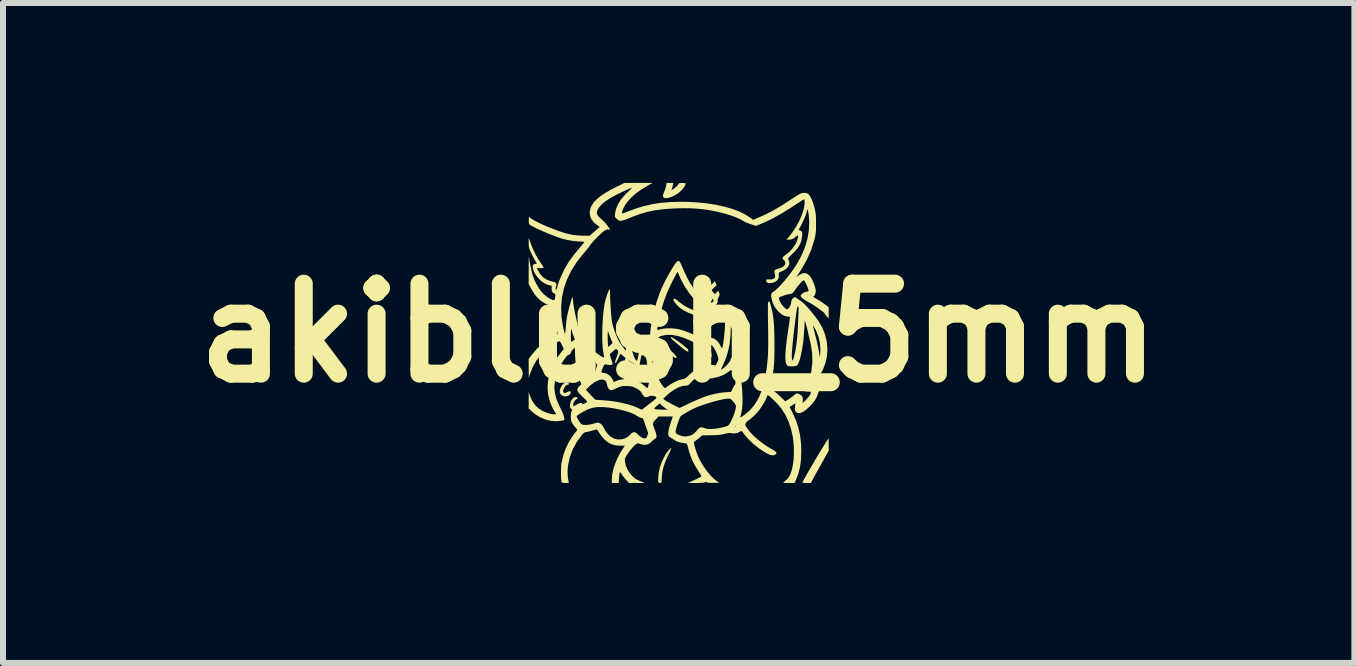
<source format=kicad_pcb>
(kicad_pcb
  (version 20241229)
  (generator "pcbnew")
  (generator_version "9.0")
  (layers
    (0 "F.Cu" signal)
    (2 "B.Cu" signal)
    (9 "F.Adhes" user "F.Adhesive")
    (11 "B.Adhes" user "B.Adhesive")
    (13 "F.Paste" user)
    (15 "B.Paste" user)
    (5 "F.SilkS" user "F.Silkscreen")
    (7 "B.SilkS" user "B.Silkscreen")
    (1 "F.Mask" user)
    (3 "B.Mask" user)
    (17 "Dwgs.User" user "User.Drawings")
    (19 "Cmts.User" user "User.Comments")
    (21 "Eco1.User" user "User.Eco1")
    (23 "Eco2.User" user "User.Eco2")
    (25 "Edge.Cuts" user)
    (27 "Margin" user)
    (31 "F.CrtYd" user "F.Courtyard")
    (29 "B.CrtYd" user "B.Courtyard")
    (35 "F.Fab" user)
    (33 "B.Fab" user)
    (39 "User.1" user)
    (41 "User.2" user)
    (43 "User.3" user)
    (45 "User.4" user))
  (footprint "akiblush_5mm"
    (layer "F.Cu")
    (at 8.264 2.501)
    (property "Reference" "akiblush_5mm" (at 0 0 0) (layer "F.SilkS") (effects (font (size 1.5 1.5) (thickness 0.3))))
    (attr board_only exclude_from_pos_files exclude_from_bom)
    (fp_poly (pts (xy -0.323 0.129) (xy -0.311 0.137) (xy -0.289 0.155) (xy -0.257 0.182) (xy -0.221 0.214) (xy -0.183 0.248) (xy -0.145 0.282) (xy -0.111 0.314) (xy -0.084 0.34) (xy -0.069 0.356) (xy -0.049 0.379) (xy -0.037 0.398) (xy -0.034 0.404) (xy -0.04 0.416) (xy -0.056 0.416) (xy -0.078 0.404) (xy -0.094 0.389) (xy -0.115 0.367) (xy -0.145 0.338) (xy -0.179 0.306) (xy -0.191 0.293) (xy -0.233 0.253) (xy -0.27 0.215) (xy -0.299 0.182) (xy -0.32 0.155) (xy -0.331 0.136) (xy -0.33 0.128)) (stroke (width 0) (type solid)) (fill yes) (layer "F.SilkS"))
    (fp_poly (pts (xy -0.126 0.068) (xy -0.104 0.078) (xy -0.074 0.096) (xy -0.037 0.121) (xy 0.004 0.149) (xy 0.044 0.179) (xy 0.082 0.209) (xy 0.083 0.21) (xy 0.113 0.235) (xy 0.137 0.255) (xy 0.151 0.266) (xy 0.153 0.268) (xy 0.156 0.277) (xy 0.161 0.291) (xy 0.162 0.307) (xy 0.154 0.312) (xy 0.133 0.303) (xy 0.101 0.282) (xy 0.056 0.247) (xy 0.019 0.217) (xy -0.036 0.171) (xy -0.076 0.136) (xy -0.105 0.11) (xy -0.123 0.091) (xy -0.133 0.078) (xy -0.135 0.07) (xy -0.135 0.068)) (stroke (width 0) (type solid)) (fill yes) (layer "F.SilkS"))
    (fp_poly (pts (xy 2.501 1.859) (xy 2.501 1.965) (xy 2.39 2.162) (xy 2.356 2.223) (xy 2.322 2.284) (xy 2.291 2.339) (xy 2.266 2.386) (xy 2.246 2.421) (xy 2.242 2.43) (xy 2.204 2.501) (xy 2.133 2.501) (xy 2.098 2.5) (xy 2.073 2.499) (xy 2.061 2.497) (xy 2.061 2.497) (xy 2.066 2.485) (xy 2.08 2.458) (xy 2.101 2.419) (xy 2.129 2.369) (xy 2.162 2.311) (xy 2.199 2.248) (xy 2.238 2.181) (xy 2.278 2.112) (xy 2.319 2.044) (xy 2.358 1.979) (xy 2.395 1.919) (xy 2.428 1.866) (xy 2.455 1.822) (xy 2.468 1.803) (xy 2.501 1.754)) (stroke (width 0) (type solid)) (fill yes) (layer "F.SilkS"))
    (fp_poly (pts (xy -0.123 1.922) (xy -0.127 1.937) (xy -0.135 1.955) (xy -0.149 1.986) (xy -0.167 2.023) (xy -0.176 2.042) (xy -0.221 2.141) (xy -0.252 2.231) (xy -0.272 2.316) (xy -0.281 2.401) (xy -0.283 2.446) (xy -0.286 2.475) (xy -0.29 2.491) (xy -0.295 2.499) (xy -0.304 2.501) (xy -0.309 2.501) (xy -0.33 2.495) (xy -0.339 2.485) (xy -0.342 2.463) (xy -0.341 2.428) (xy -0.338 2.382) (xy -0.332 2.333) (xy -0.323 2.285) (xy -0.314 2.243) (xy -0.313 2.239) (xy -0.275 2.134) (xy -0.225 2.036) (xy -0.19 1.984) (xy -0.163 1.951) (xy -0.142 1.929) (xy -0.128 1.919)) (stroke (width 0) (type solid)) (fill yes) (layer "F.SilkS"))
    (fp_poly (pts (xy -1.837 0.835) (xy -1.83 0.852) (xy -1.836 0.863) (xy -1.85 0.864) (xy -1.866 0.867) (xy -1.886 0.883) (xy -1.904 0.908) (xy -1.918 0.936) (xy -1.925 0.962) (xy -1.925 0.963) (xy -1.92 0.991) (xy -1.906 1.003) (xy -1.882 0.998) (xy -1.86 0.987) (xy -1.829 0.973) (xy -1.808 0.973) (xy -1.799 0.987) (xy -1.799 0.998) (xy -1.812 1.024) (xy -1.839 1.044) (xy -1.873 1.056) (xy -1.91 1.056) (xy -1.931 1.05) (xy -1.964 1.028) (xy -1.981 0.995) (xy -1.981 0.953) (xy -1.963 0.903) (xy -1.963 0.902) (xy -1.939 0.865) (xy -1.911 0.838) (xy -1.882 0.823) (xy -1.856 0.823)) (stroke (width 0) (type solid)) (fill yes) (layer "F.SilkS"))
    (fp_poly (pts (xy -0.098 -2.459) (xy -0.105 -2.429) (xy -0.112 -2.403) (xy -0.114 -2.398) (xy -0.118 -2.386) (xy -0.114 -2.384) (xy -0.098 -2.394) (xy -0.092 -2.397) (xy -0.057 -2.423) (xy -0.027 -2.45) (xy -0.008 -2.475) (xy -0.004 -2.483) (xy 0.002 -2.493) (xy 0.018 -2.499) (xy 0.046 -2.501) (xy 0.059 -2.501) (xy 0.092 -2.499) (xy 0.112 -2.495) (xy 0.117 -2.491) (xy 0.11 -2.466) (xy 0.092 -2.434) (xy 0.066 -2.399) (xy 0.035 -2.366) (xy 0.029 -2.361) (xy -0.017 -2.324) (xy -0.067 -2.293) (xy -0.118 -2.269) (xy -0.166 -2.253) (xy -0.207 -2.247) (xy -0.239 -2.25) (xy -0.252 -2.259) (xy -0.261 -2.273) (xy -0.262 -2.294) (xy -0.254 -2.323) (xy -0.239 -2.359) (xy -0.224 -2.397) (xy -0.213 -2.437) (xy -0.208 -2.458) (xy -0.202 -2.501) (xy -0.146 -2.501) (xy -0.09 -2.501)) (stroke (width 0) (type solid)) (fill yes) (layer "F.SilkS"))
    (fp_poly (pts (xy -0.669 -2.501) (xy -0.435 -2.501) (xy -0.508 -2.461) (xy -0.616 -2.396) (xy -0.711 -2.328) (xy -0.792 -2.256) (xy -0.856 -2.184) (xy -0.891 -2.135) (xy -0.914 -2.093) (xy -0.932 -2.053) (xy -0.943 -2.02) (xy -0.947 -1.998) (xy -0.946 -1.994) (xy -0.936 -1.994) (xy -0.912 -2.001) (xy -0.877 -2.013) (xy -0.835 -2.029) (xy -0.835 -2.029) (xy -0.701 -2.079) (xy -0.569 -2.118) (xy -0.435 -2.148) (xy -0.296 -2.169) (xy -0.149 -2.182) (xy 0.011 -2.187) (xy 0.144 -2.186) (xy 0.309 -2.177) (xy 0.467 -2.161) (xy 0.618 -2.138) (xy 0.759 -2.107) (xy 0.888 -2.07) (xy 1.005 -2.027) (xy 1.106 -1.978) (xy 1.19 -1.924) (xy 1.19 -1.924) (xy 1.24 -1.886) (xy 1.345 -1.93) (xy 1.445 -1.975) (xy 1.543 -2.024) (xy 1.644 -2.081) (xy 1.752 -2.147) (xy 1.822 -2.193) (xy 1.875 -2.227) (xy 1.924 -2.259) (xy 1.967 -2.287) (xy 2 -2.307) (xy 2.021 -2.319) (xy 2.022 -2.32) (xy 2.063 -2.334) (xy 2.106 -2.336) (xy 2.145 -2.327) (xy 2.166 -2.313) (xy 2.191 -2.28) (xy 2.217 -2.23) (xy 2.241 -2.166) (xy 2.264 -2.088) (xy 2.265 -2.087) (xy 2.274 -2.046) (xy 2.281 -2.01) (xy 2.286 -1.973) (xy 2.289 -1.931) (xy 2.29 -1.878) (xy 2.29 -1.827) (xy 2.29 -1.763) (xy 2.289 -1.714) (xy 2.286 -1.674) (xy 2.281 -1.638) (xy 2.274 -1.601) (xy 2.264 -1.559) (xy 2.211 -1.39) (xy 2.141 -1.228) (xy 2.053 -1.072) (xy 2.025 -1.029) (xy 2.002 -0.993) (xy 1.983 -0.964) (xy 1.972 -0.944) (xy 1.97 -0.938) (xy 1.98 -0.944) (xy 1.999 -0.958) (xy 2.004 -0.962) (xy 2.034 -0.981) (xy 2.068 -0.996) (xy 2.069 -0.996) (xy 2.111 -0.998) (xy 2.152 -0.982) (xy 2.189 -0.948) (xy 2.2 -0.933) (xy 2.222 -0.895) (xy 2.244 -0.847) (xy 2.263 -0.798) (xy 2.278 -0.751) (xy 2.285 -0.713) (xy 2.286 -0.703) (xy 2.282 -0.67) (xy 2.273 -0.639) (xy 2.259 -0.616) (xy 2.245 -0.606) (xy 2.244 -0.606) (xy 2.247 -0.601) (xy 2.263 -0.589) (xy 2.291 -0.572) (xy 2.313 -0.559) (xy 2.357 -0.533) (xy 2.401 -0.504) (xy 2.439 -0.477) (xy 2.447 -0.471) (xy 2.501 -0.429) (xy 2.501 -0.335) (xy 2.501 -0.241) (xy 2.467 -0.279) (xy 2.448 -0.302) (xy 2.436 -0.319) (xy 2.433 -0.324) (xy 2.425 -0.336) (xy 2.402 -0.356) (xy 2.369 -0.381) (xy 2.328 -0.411) (xy 2.282 -0.442) (xy 2.235 -0.473) (xy 2.188 -0.501) (xy 2.179 -0.506) (xy 2.119 -0.54) (xy 2.076 -0.569) (xy 2.049 -0.591) (xy 2.042 -0.6) (xy 2.034 -0.618) (xy 2.035 -0.63) (xy 2.049 -0.646) (xy 2.057 -0.654) (xy 2.093 -0.676) (xy 2.129 -0.688) (xy 2.155 -0.693) (xy 2.166 -0.7) (xy 2.166 -0.713) (xy 2.164 -0.721) (xy 2.155 -0.749) (xy 2.141 -0.783) (xy 2.125 -0.818) (xy 2.109 -0.849) (xy 2.095 -0.871) (xy 2.085 -0.879) (xy 2.085 -0.879) (xy 2.072 -0.872) (xy 2.05 -0.852) (xy 2.022 -0.822) (xy 1.992 -0.787) (xy 1.962 -0.749) (xy 1.943 -0.721) (xy 1.921 -0.689) (xy 1.904 -0.669) (xy 1.888 -0.657) (xy 1.866 -0.651) (xy 1.835 -0.645) (xy 1.834 -0.645) (xy 1.795 -0.637) (xy 1.751 -0.624) (xy 1.726 -0.615) (xy 1.695 -0.603) (xy 1.678 -0.594) (xy 1.672 -0.583) (xy 1.674 -0.568) (xy 1.675 -0.563) (xy 1.689 -0.523) (xy 1.715 -0.479) (xy 1.748 -0.438) (xy 1.771 -0.417) (xy 1.793 -0.4) (xy 1.806 -0.394) (xy 1.817 -0.397) (xy 1.828 -0.406) (xy 1.854 -0.439) (xy 1.871 -0.482) (xy 1.876 -0.518) (xy 1.882 -0.545) (xy 1.899 -0.571) (xy 1.921 -0.59) (xy 1.938 -0.596) (xy 1.955 -0.59) (xy 1.975 -0.576) (xy 1.997 -0.559) (xy 2.027 -0.539) (xy 2.042 -0.529) (xy 2.069 -0.508) (xy 2.105 -0.474) (xy 2.146 -0.43) (xy 2.191 -0.38) (xy 2.236 -0.325) (xy 2.279 -0.27) (xy 2.318 -0.217) (xy 2.336 -0.191) (xy 2.399 -0.08) (xy 2.444 0.036) (xy 2.471 0.154) (xy 2.48 0.273) (xy 2.472 0.39) (xy 2.446 0.505) (xy 2.403 0.616) (xy 2.342 0.72) (xy 2.273 0.807) (xy 2.248 0.835) (xy 2.229 0.856) (xy 2.22 0.868) (xy 2.219 0.869) (xy 2.237 0.866) (xy 2.268 0.858) (xy 2.307 0.846) (xy 2.349 0.832) (xy 2.389 0.817) (xy 2.422 0.804) (xy 2.43 0.801) (xy 2.462 0.787) (xy 2.486 0.776) (xy 2.497 0.772) (xy 2.497 0.772) (xy 2.499 0.781) (xy 2.5 0.804) (xy 2.501 0.834) (xy 2.501 0.897) (xy 2.459 0.913) (xy 2.423 0.926) (xy 2.385 0.939) (xy 2.379 0.941) (xy 2.357 0.95) (xy 2.342 0.963) (xy 2.332 0.984) (xy 2.324 1.009) (xy 2.301 1.071) (xy 2.269 1.127) (xy 2.224 1.184) (xy 2.183 1.227) (xy 2.124 1.28) (xy 2.071 1.316) (xy 2.026 1.334) (xy 1.988 1.336) (xy 1.957 1.32) (xy 1.954 1.316) (xy 1.943 1.302) (xy 1.937 1.285) (xy 1.937 1.26) (xy 1.94 1.233) (xy 1.947 1.171) (xy 1.898 1.202) (xy 1.85 1.234) (xy 1.907 1.347) (xy 1.96 1.468) (xy 1.999 1.59) (xy 2.026 1.718) (xy 2.041 1.856) (xy 2.044 1.973) (xy 2.039 2.112) (xy 2.023 2.236) (xy 1.994 2.35) (xy 1.953 2.455) (xy 1.948 2.464) (xy 1.931 2.501) (xy 1.832 2.501) (xy 1.788 2.5) (xy 1.761 2.499) (xy 1.747 2.497) (xy 1.745 2.493) (xy 1.751 2.486) (xy 1.756 2.482) (xy 1.778 2.463) (xy 1.804 2.441) (xy 1.807 2.439) (xy 1.837 2.403) (xy 1.864 2.35) (xy 1.886 2.283) (xy 1.904 2.203) (xy 1.916 2.113) (xy 1.921 2.037) (xy 1.92 1.888) (xy 1.905 1.744) (xy 1.875 1.606) (xy 1.832 1.478) (xy 1.777 1.36) (xy 1.709 1.256) (xy 1.65 1.185) (xy 1.612 1.147) (xy 1.575 1.11) (xy 1.541 1.078) (xy 1.512 1.053) (xy 1.493 1.039) (xy 1.486 1.036) (xy 1.478 1.044) (xy 1.471 1.063) (xy 1.46 1.092) (xy 1.441 1.132) (xy 1.414 1.178) (xy 1.384 1.227) (xy 1.352 1.273) (xy 1.328 1.304) (xy 1.27 1.369) (xy 1.207 1.426) (xy 1.16 1.46) (xy 1.135 1.481) (xy 1.118 1.505) (xy 1.112 1.521) (xy 1.112 1.536) (xy 1.121 1.555) (xy 1.135 1.579) (xy 1.183 1.643) (xy 1.245 1.71) (xy 1.32 1.777) (xy 1.404 1.842) (xy 1.492 1.902) (xy 1.573 1.948) (xy 1.609 1.972) (xy 1.628 1.993) (xy 1.628 2.013) (xy 1.61 2.029) (xy 1.607 2.03) (xy 1.578 2.04) (xy 1.549 2.039) (xy 1.514 2.029) (xy 1.473 2.009) (xy 1.4 1.966) (xy 1.323 1.912) (xy 1.248 1.851) (xy 1.18 1.788) (xy 1.122 1.726) (xy 1.103 1.702) (xy 1.081 1.674) (xy 1.064 1.65) (xy 1.054 1.638) (xy 1.054 1.638) (xy 1.042 1.636) (xy 1.024 1.645) (xy 0.975 1.668) (xy 0.919 1.675) (xy 0.886 1.671) (xy 0.858 1.667) (xy 0.831 1.668) (xy 0.796 1.674) (xy 0.765 1.682) (xy 0.727 1.691) (xy 0.688 1.698) (xy 0.641 1.702) (xy 0.584 1.704) (xy 0.54 1.705) (xy 0.391 1.707) (xy 0.353 1.741) (xy 0.324 1.765) (xy 0.295 1.787) (xy 0.285 1.793) (xy 0.265 1.809) (xy 0.254 1.826) (xy 0.254 1.828) (xy 0.257 1.852) (xy 0.267 1.889) (xy 0.28 1.934) (xy 0.296 1.983) (xy 0.314 2.031) (xy 0.331 2.073) (xy 0.338 2.088) (xy 0.38 2.166) (xy 0.429 2.244) (xy 0.483 2.317) (xy 0.538 2.382) (xy 0.593 2.435) (xy 0.635 2.468) (xy 0.678 2.496) (xy 0.586 2.499) (xy 0.531 2.499) (xy 0.492 2.496) (xy 0.471 2.49) (xy 0.451 2.483) (xy 0.437 2.489) (xy 0.422 2.495) (xy 0.389 2.498) (xy 0.338 2.5) (xy 0.289 2.501) (xy 0.151 2.5) (xy 0.205 2.478) (xy 0.241 2.462) (xy 0.28 2.444) (xy 0.318 2.425) (xy 0.35 2.409) (xy 0.372 2.396) (xy 0.381 2.389) (xy 0.381 2.389) (xy 0.376 2.379) (xy 0.363 2.357) (xy 0.343 2.326) (xy 0.328 2.303) (xy 0.275 2.216) (xy 0.233 2.136) (xy 0.2 2.056) (xy 0.172 1.97) (xy 0.161 1.929) (xy 0.151 1.888) (xy 0.142 1.862) (xy 0.135 1.848) (xy 0.125 1.842) (xy 0.111 1.839) (xy 0.106 1.839) (xy 0.026 1.826) (xy -0.038 1.804) (xy -0.071 1.785) (xy -0.1 1.764) (xy -0.128 1.747) (xy -0.139 1.742) (xy -0.159 1.727) (xy -0.171 1.704) (xy -0.174 1.67) (xy -0.172 1.652) (xy -0.051 1.652) (xy -0.044 1.671) (xy -0.026 1.686) (xy -0.006 1.697) (xy 0.059 1.72) (xy 0.126 1.725) (xy 0.194 1.711) (xy 0.221 1.699) (xy 0.264 1.67) (xy 0.303 1.626) (xy 0.304 1.625) (xy 0.332 1.592) (xy 0.358 1.575) (xy 0.388 1.573) (xy 0.426 1.585) (xy 0.433 1.587) (xy 0.476 1.598) (xy 0.533 1.601) (xy 0.601 1.597) (xy 0.675 1.586) (xy 0.752 1.569) (xy 0.779 1.561) (xy 0.932 1.561) (xy 0.942 1.562) (xy 0.955 1.561) (xy 0.955 1.557) (xy 0.942 1.555) (xy 0.936 1.556) (xy 0.932 1.561) (xy 0.779 1.561) (xy 0.786 1.559) (xy 0.807 1.552) (xy 0.822 1.546) (xy 0.834 1.535) (xy 0.847 1.519) (xy 0.862 1.493) (xy 0.881 1.454) (xy 0.895 1.427) (xy 0.91 1.392) (xy 0.925 1.349) (xy 0.94 1.302) (xy 0.951 1.259) (xy 0.957 1.226) (xy 0.957 1.218) (xy 0.951 1.202) (xy 0.935 1.177) (xy 0.913 1.148) (xy 0.912 1.147) (xy 0.887 1.119) (xy 0.869 1.103) (xy 0.852 1.096) (xy 0.83 1.094) (xy 0.824 1.094) (xy 0.784 1.098) (xy 0.731 1.107) (xy 0.666 1.122) (xy 0.594 1.141) (xy 0.519 1.163) (xy 0.444 1.186) (xy 0.372 1.211) (xy 0.308 1.235) (xy 0.255 1.259) (xy 0.242 1.265) (xy 0.191 1.291) (xy 0.142 1.319) (xy 0.098 1.344) (xy 0.063 1.366) (xy 0.039 1.383) (xy 0.032 1.389) (xy 0.022 1.408) (xy 0.008 1.442) (xy -0.008 1.486) (xy -0.025 1.536) (xy -0.039 1.585) (xy -0.049 1.626) (xy -0.051 1.652) (xy -0.172 1.652) (xy -0.168 1.624) (xy -0.154 1.564) (xy -0.13 1.489) (xy -0.127 1.479) (xy -0.114 1.441) (xy -0.105 1.412) (xy -0.099 1.395) (xy -0.098 1.392) (xy -0.107 1.392) (xy -0.132 1.392) (xy -0.169 1.392) (xy -0.214 1.392) (xy -0.217 1.392) (xy -0.336 1.392) (xy -0.376 1.435) (xy -0.403 1.464) (xy -0.42 1.486) (xy -0.428 1.505) (xy -0.428 1.527) (xy -0.42 1.555) (xy -0.405 1.596) (xy -0.399 1.612) (xy -0.38 1.666) (xy -0.37 1.705) (xy -0.369 1.733) (xy -0.377 1.752) (xy -0.394 1.764) (xy -0.399 1.766) (xy -0.417 1.778) (xy -0.438 1.798) (xy -0.444 1.805) (xy -0.487 1.843) (xy -0.537 1.863) (xy -0.592 1.865) (xy -0.644 1.85) (xy -0.67 1.841) (xy -0.687 1.841) (xy -0.704 1.85) (xy -0.712 1.856) (xy -0.744 1.883) (xy -0.78 1.922) (xy -0.818 1.969) (xy -0.853 2.019) (xy -0.865 2.037) (xy -0.884 2.07) (xy -0.894 2.095) (xy -0.897 2.119) (xy -0.895 2.147) (xy -0.881 2.21) (xy -0.853 2.276) (xy -0.814 2.338) (xy -0.767 2.393) (xy -0.717 2.433) (xy -0.716 2.434) (xy -0.687 2.449) (xy -0.649 2.467) (xy -0.621 2.478) (xy -0.562 2.5) (xy -0.694 2.5) (xy -0.826 2.501) (xy -0.871 2.455) (xy -0.901 2.421) (xy -0.93 2.384) (xy -0.945 2.361) (xy -0.964 2.333) (xy -0.977 2.323) (xy -0.982 2.325) (xy -0.986 2.34) (xy -0.99 2.368) (xy -0.993 2.406) (xy -0.994 2.419) (xy -0.999 2.501) (xy -1.056 2.501) (xy -1.114 2.501) (xy -1.114 2.434) (xy -1.107 2.355) (xy -1.088 2.266) (xy -1.057 2.174) (xy -1.018 2.081) (xy -0.97 1.992) (xy -0.95 1.96) (xy -0.928 1.926) (xy -0.911 1.9) (xy -0.9 1.884) (xy -0.899 1.881) (xy -0.908 1.88) (xy -0.932 1.879) (xy -0.966 1.879) (xy -0.979 1.879) (xy -1.055 1.873) (xy -1.119 1.855) (xy -1.178 1.823) (xy -1.227 1.784) (xy -1.262 1.748) (xy -1.297 1.705) (xy -1.322 1.668) (xy -1.341 1.638) (xy -1.358 1.616) (xy -1.37 1.607) (xy -1.371 1.607) (xy -1.426 1.624) (xy -1.476 1.638) (xy -1.516 1.647) (xy -1.542 1.651) (xy -1.544 1.651) (xy -1.563 1.655) (xy -1.584 1.669) (xy -1.609 1.696) (xy -1.614 1.702) (xy -1.698 1.816) (xy -1.765 1.939) (xy -1.813 2.067) (xy -1.843 2.202) (xy -1.847 2.233) (xy -1.852 2.296) (xy -1.851 2.36) (xy -1.846 2.42) (xy -1.836 2.469) (xy -1.831 2.485) (xy -1.83 2.494) (xy -1.838 2.499) (xy -1.86 2.501) (xy -1.884 2.501) (xy -1.921 2.499) (xy -1.945 2.493) (xy -1.95 2.489) (xy -1.955 2.471) (xy -1.959 2.439) (xy -1.961 2.395) (xy -1.962 2.345) (xy -1.962 2.293) (xy -1.96 2.242) (xy -1.957 2.198) (xy -1.954 2.171) (xy -1.925 2.045) (xy -1.881 1.921) (xy -1.823 1.804) (xy -1.753 1.697) (xy -1.726 1.662) (xy -1.706 1.638) (xy -1.693 1.619) (xy -1.69 1.613) (xy -1.697 1.601) (xy -1.711 1.587) (xy -1.728 1.568) (xy -1.749 1.54) (xy -1.765 1.517) (xy -1.782 1.489) (xy -1.792 1.465) (xy -1.796 1.439) (xy -1.798 1.402) (xy -1.798 1.391) (xy -1.797 1.388) (xy -1.7 1.388) (xy -1.695 1.407) (xy -1.681 1.435) (xy -1.663 1.466) (xy -1.644 1.494) (xy -1.633 1.507) (xy -1.617 1.522) (xy -1.598 1.53) (xy -1.572 1.533) (xy -1.549 1.534) (xy -1.506 1.53) (xy -1.458 1.522) (xy -1.428 1.514) (xy -1.392 1.504) (xy -1.361 1.497) (xy -1.344 1.495) (xy -1.313 1.504) (xy -1.282 1.529) (xy -1.256 1.568) (xy -1.25 1.58) (xy -1.223 1.629) (xy -1.187 1.677) (xy -1.148 1.718) (xy -1.132 1.73) (xy -1.073 1.762) (xy -1.011 1.776) (xy -0.944 1.771) (xy -0.911 1.763) (xy -0.871 1.746) (xy -0.833 1.719) (xy -0.814 1.7) (xy -0.78 1.668) (xy -0.752 1.654) (xy -0.727 1.655) (xy -0.701 1.672) (xy -0.69 1.683) (xy -0.644 1.725) (xy -0.603 1.75) (xy -0.569 1.758) (xy -0.55 1.756) (xy -0.537 1.745) (xy -0.526 1.721) (xy -0.524 1.716) (xy -0.507 1.673) (xy -0.546 1.562) (xy -0.565 1.507) (xy -0.579 1.468) (xy -0.589 1.442) (xy -0.596 1.427) (xy -0.603 1.419) (xy -0.611 1.417) (xy -0.62 1.417) (xy -0.621 1.417) (xy -0.643 1.411) (xy -0.671 1.397) (xy -0.684 1.388) (xy -0.736 1.358) (xy -0.805 1.328) (xy -0.887 1.301) (xy -0.98 1.277) (xy -1.081 1.257) (xy -1.159 1.245) (xy -1.259 1.235) (xy -1.346 1.235) (xy -1.422 1.245) (xy -1.491 1.265) (xy -1.508 1.272) (xy -1.547 1.29) (xy -1.589 1.312) (xy -1.628 1.335) (xy -1.662 1.356) (xy -1.687 1.374) (xy -1.699 1.387) (xy -1.7 1.388) (xy -1.797 1.388) (xy -1.796 1.346) (xy -1.791 1.317) (xy -1.783 1.299) (xy -1.782 1.298) (xy -1.772 1.285) (xy -1.778 1.276) (xy -1.786 1.271) (xy -1.806 1.25) (xy -1.813 1.215) (xy -1.807 1.169) (xy -1.806 1.167) (xy -1.791 1.128) (xy -1.77 1.096) (xy -1.745 1.075) (xy -1.72 1.066) (xy -1.697 1.072) (xy -1.691 1.079) (xy -1.686 1.09) (xy -1.695 1.101) (xy -1.707 1.107) (xy -1.731 1.126) (xy -1.747 1.148) (xy -1.755 1.172) (xy -1.758 1.197) (xy -1.757 1.215) (xy -1.752 1.221) (xy -1.741 1.217) (xy -1.718 1.205) (xy -1.693 1.192) (xy -1.654 1.171) (xy -1.627 1.164) (xy -1.614 1.168) (xy -1.612 1.177) (xy -1.609 1.184) (xy -1.599 1.185) (xy -1.575 1.177) (xy -1.568 1.175) (xy -1.542 1.163) (xy -1.526 1.152) (xy -1.524 1.147) (xy -1.531 1.136) (xy -1.549 1.115) (xy -1.576 1.088) (xy -1.607 1.058) (xy -1.647 1.019) (xy -1.672 0.99) (xy -1.686 0.967) (xy -1.69 0.947) (xy -1.689 0.946) (xy -1.543 0.946) (xy -1.537 0.955) (xy -1.52 0.975) (xy -1.494 1.004) (xy -1.467 1.033) (xy -1.39 1.113) (xy -1.245 1.123) (xy -1.148 1.132) (xy -1.048 1.146) (xy -0.949 1.165) (xy -0.855 1.188) (xy -0.771 1.213) (xy -0.699 1.24) (xy -0.665 1.256) (xy -0.639 1.269) (xy -0.621 1.278) (xy -0.617 1.279) (xy -0.608 1.274) (xy -0.592 1.262) (xy -0.41 1.262) (xy -0.401 1.268) (xy -0.372 1.273) (xy -0.324 1.276) (xy -0.26 1.278) (xy -0.182 1.28) (xy -0.226 1.251) (xy -0.256 1.229) (xy -0.283 1.207) (xy -0.292 1.198) (xy -0.315 1.173) (xy -0.363 1.214) (xy -0.387 1.236) (xy -0.404 1.254) (xy -0.41 1.262) (xy -0.592 1.262) (xy -0.588 1.259) (xy -0.56 1.237) (xy -0.548 1.228) (xy -0.509 1.197) (xy -0.466 1.164) (xy -0.429 1.136) (xy -0.427 1.135) (xy -0.4 1.113) (xy -0.382 1.096) (xy -0.257 1.096) (xy -0.229 1.12) (xy -0.213 1.131) (xy -0.184 1.148) (xy -0.146 1.168) (xy -0.104 1.191) (xy -0.062 1.213) (xy -0.025 1.232) (xy 0.004 1.245) (xy 0.016 1.25) (xy 0.024 1.246) (xy 0.048 1.235) (xy 0.084 1.218) (xy 0.129 1.196) (xy 0.181 1.171) (xy 0.187 1.169) (xy 0.306 1.114) (xy 0.413 1.07) (xy 0.513 1.037) (xy 0.609 1.013) (xy 0.703 0.996) (xy 0.786 0.988) (xy 0.874 0.982) (xy 0.9 0.927) (xy 0.916 0.897) (xy 0.93 0.874) (xy 0.937 0.865) (xy 0.944 0.855) (xy 0.947 0.835) (xy 0.946 0.801) (xy 0.942 0.753) (xy 0.937 0.712) (xy 0.931 0.671) (xy 0.926 0.645) (xy 0.92 0.631) (xy 0.911 0.624) (xy 0.898 0.62) (xy 0.879 0.619) (xy 0.857 0.628) (xy 0.829 0.647) (xy 0.824 0.651) (xy 0.761 0.692) (xy 0.691 0.722) (xy 0.61 0.745) (xy 0.598 0.747) (xy 0.557 0.755) (xy 0.531 0.758) (xy 0.514 0.758) (xy 0.5 0.752) (xy 0.493 0.748) (xy 0.475 0.733) (xy 0.471 0.719) (xy 0.48 0.7) (xy 0.504 0.672) (xy 0.506 0.671) (xy 0.542 0.633) (xy 0.503 0.639) (xy 0.438 0.658) (xy 0.369 0.692) (xy 0.299 0.739) (xy 0.232 0.797) (xy 0.188 0.843) (xy 0.166 0.865) (xy 0.146 0.876) (xy 0.12 0.879) (xy 0.108 0.879) (xy 0.054 0.887) (xy -0.007 0.909) (xy -0.073 0.945) (xy -0.14 0.991) (xy -0.207 1.048) (xy -0.209 1.05) (xy -0.257 1.096) (xy -0.382 1.096) (xy -0.38 1.094) (xy -0.371 1.081) (xy -0.371 1.081) (xy -0.38 1.064) (xy -0.402 1.053) (xy -0.433 1.048) (xy -0.467 1.049) (xy -0.498 1.058) (xy -0.505 1.061) (xy -0.54 1.073) (xy -0.569 1.066) (xy -0.593 1.041) (xy -0.6 1.027) (xy -0.625 0.985) (xy -0.659 0.951) (xy -0.708 0.921) (xy -0.728 0.912) (xy -0.761 0.898) (xy -0.79 0.89) (xy -0.824 0.886) (xy -0.869 0.885) (xy -0.874 0.885) (xy -0.919 0.885) (xy -0.951 0.888) (xy -0.979 0.896) (xy -1.011 0.909) (xy -1.038 0.922) (xy -1.076 0.94) (xy -1.102 0.95) (xy -1.12 0.953) (xy -1.135 0.951) (xy -1.143 0.948) (xy -1.166 0.932) (xy -1.183 0.903) (xy -1.194 0.86) (xy -1.196 0.849) (xy -1.21 0.81) (xy -1.235 0.786) (xy -1.27 0.777) (xy -1.313 0.781) (xy -1.362 0.799) (xy -1.416 0.83) (xy -1.473 0.875) (xy -1.481 0.882) (xy -1.509 0.909) (xy -1.531 0.93) (xy -1.542 0.944) (xy -1.543 0.946) (xy -1.689 0.946) (xy -1.684 0.926) (xy -1.679 0.916) (xy -1.664 0.895) (xy -1.644 0.875) (xy -1.621 0.855) (xy -1.647 0.796) (xy -1.678 0.71) (xy -1.702 0.609) (xy -1.718 0.496) (xy -1.726 0.388) (xy -1.729 0.317) (xy -1.619 0.317) (xy -1.617 0.355) (xy -1.613 0.401) (xy -1.608 0.453) (xy -1.601 0.506) (xy -1.592 0.559) (xy -1.584 0.606) (xy -1.576 0.64) (xy -1.559 0.699) (xy -1.544 0.739) (xy -1.529 0.759) (xy -1.516 0.76) (xy -1.509 0.752) (xy -1.498 0.742) (xy -1.475 0.727) (xy -1.453 0.713) (xy -1.428 0.698) (xy -1.411 0.684) (xy -1.4 0.666) (xy -1.395 0.655) (xy -1.29 0.655) (xy -1.281 0.661) (xy -1.261 0.664) (xy -1.212 0.673) (xy -1.165 0.698) (xy -1.126 0.736) (xy -1.098 0.783) (xy -1.097 0.784) (xy -1.082 0.82) (xy -1.053 0.805) (xy -1.017 0.791) (xy -0.97 0.779) (xy -0.92 0.77) (xy -0.876 0.767) (xy -0.856 0.768) (xy -0.762 0.785) (xy -0.678 0.813) (xy -0.609 0.85) (xy -0.562 0.888) (xy -0.536 0.91) (xy -0.519 0.917) (xy -0.51 0.906) (xy -0.508 0.887) (xy -0.505 0.869) (xy -0.497 0.84) (xy -0.488 0.808) (xy -0.467 0.745) (xy -0.492 0.666) (xy -0.506 0.616) (xy -0.519 0.558) (xy -0.528 0.504) (xy -0.529 0.499) (xy -0.531 0.485) (xy -0.438 0.485) (xy -0.433 0.513) (xy -0.423 0.552) (xy -0.408 0.597) (xy -0.391 0.645) (xy -0.372 0.692) (xy -0.353 0.735) (xy -0.33 0.78) (xy -0.304 0.824) (xy -0.279 0.863) (xy -0.256 0.894) (xy -0.237 0.913) (xy -0.228 0.918) (xy -0.218 0.913) (xy -0.198 0.899) (xy -0.187 0.891) (xy -0.129 0.851) (xy -0.065 0.816) (xy -0.002 0.788) (xy 0.056 0.772) (xy 0.071 0.769) (xy 0.094 0.763) (xy 0.118 0.749) (xy 0.149 0.724) (xy 0.175 0.7) (xy 0.211 0.668) (xy 0.248 0.638) (xy 0.28 0.615) (xy 0.289 0.61) (xy 0.349 0.579) (xy 0.412 0.555) (xy 0.474 0.539) (xy 0.53 0.532) (xy 0.576 0.534) (xy 0.584 0.536) (xy 0.602 0.541) (xy 0.614 0.538) (xy 0.625 0.526) (xy 0.639 0.499) (xy 0.641 0.495) (xy 0.656 0.465) (xy 0.662 0.443) (xy 0.66 0.421) (xy 0.655 0.401) (xy 0.641 0.357) (xy 0.623 0.313) (xy 0.602 0.273) (xy 0.581 0.239) (xy 0.562 0.214) (xy 0.545 0.201) (xy 0.536 0.203) (xy 0.532 0.217) (xy 0.533 0.246) (xy 0.537 0.284) (xy 0.544 0.334) (xy 0.548 0.368) (xy 0.549 0.389) (xy 0.547 0.401) (xy 0.541 0.406) (xy 0.534 0.408) (xy 0.519 0.408) (xy 0.502 0.397) (xy 0.481 0.375) (xy 0.454 0.34) (xy 0.434 0.311) (xy 0.4 0.265) (xy 0.362 0.227) (xy 0.317 0.193) (xy 0.26 0.159) (xy 0.215 0.136) (xy 0.097 0.085) (xy -0.012 0.051) (xy -0.112 0.033) (xy -0.203 0.032) (xy -0.269 0.044) (xy -0.31 0.057) (xy -0.339 0.072) (xy -0.357 0.093) (xy -0.367 0.124) (xy -0.371 0.167) (xy -0.371 0.206) (xy -0.371 0.302) (xy -0.291 0.387) (xy -0.251 0.428) (xy -0.224 0.458) (xy -0.208 0.478) (xy -0.201 0.491) (xy -0.201 0.499) (xy -0.208 0.504) (xy -0.21 0.505) (xy -0.225 0.502) (xy -0.249 0.486) (xy -0.284 0.454) (xy -0.284 0.453) (xy -0.314 0.425) (xy -0.332 0.41) (xy -0.34 0.41) (xy -0.339 0.424) (xy -0.331 0.448) (xy -0.325 0.471) (xy -0.325 0.485) (xy -0.326 0.485) (xy -0.337 0.486) (xy -0.362 0.483) (xy -0.381 0.479) (xy -0.41 0.473) (xy -0.43 0.471) (xy -0.436 0.472) (xy -0.438 0.485) (xy -0.531 0.485) (xy -0.535 0.457) (xy -0.541 0.429) (xy -0.548 0.411) (xy -0.559 0.399) (xy -0.575 0.386) (xy -0.598 0.373) (xy -0.614 0.368) (xy -0.617 0.369) (xy -0.622 0.382) (xy -0.629 0.409) (xy -0.636 0.447) (xy -0.643 0.484) (xy -0.651 0.531) (xy -0.658 0.562) (xy -0.665 0.581) (xy -0.672 0.589) (xy -0.68 0.591) (xy -0.695 0.585) (xy -0.701 0.564) (xy -0.701 0.562) (xy -0.705 0.545) (xy -0.716 0.531) (xy -0.736 0.516) (xy -0.769 0.498) (xy -0.801 0.481) (xy -0.827 0.468) (xy -0.841 0.461) (xy -0.841 0.461) (xy -0.848 0.467) (xy -0.856 0.487) (xy -0.86 0.498) (xy -0.871 0.527) (xy -0.886 0.544) (xy -0.901 0.546) (xy -0.906 0.543) (xy -0.907 0.531) (xy -0.905 0.506) (xy -0.9 0.476) (xy -0.887 0.416) (xy -0.93 0.379) (xy -0.954 0.359) (xy -0.967 0.351) (xy -0.975 0.352) (xy -0.981 0.363) (xy -0.981 0.364) (xy -1.006 0.42) (xy -1.024 0.459) (xy -1.038 0.483) (xy -1.048 0.496) (xy -1.056 0.498) (xy -1.062 0.495) (xy -1.061 0.484) (xy -1.054 0.46) (xy -1.043 0.426) (xy -1.036 0.408) (xy -1.02 0.362) (xy -1.011 0.331) (xy -1.008 0.31) (xy -1.011 0.295) (xy -1.021 0.283) (xy -1.026 0.279) (xy -1.037 0.27) (xy -1.047 0.269) (xy -1.061 0.277) (xy -1.084 0.296) (xy -1.092 0.303) (xy -1.117 0.326) (xy -1.137 0.344) (xy -1.146 0.352) (xy -1.146 0.363) (xy -1.14 0.388) (xy -1.13 0.422) (xy -1.124 0.437) (xy -1.11 0.477) (xy -1.103 0.502) (xy -1.103 0.517) (xy -1.107 0.526) (xy -1.109 0.528) (xy -1.128 0.533) (xy -1.16 0.533) (xy -1.199 0.527) (xy -1.222 0.522) (xy -1.233 0.524) (xy -1.245 0.539) (xy -1.26 0.57) (xy -1.264 0.581) (xy -1.277 0.614) (xy -1.286 0.64) (xy -1.29 0.654) (xy -1.29 0.655) (xy -1.395 0.655) (xy -1.389 0.638) (xy -1.381 0.61) (xy -1.358 0.534) (xy -1.385 0.487) (xy -1.418 0.444) (xy -1.469 0.401) (xy -1.48 0.392) (xy -1.516 0.366) (xy -1.549 0.339) (xy -1.574 0.317) (xy -1.577 0.314) (xy -1.597 0.295) (xy -1.611 0.284) (xy -1.614 0.283) (xy -1.618 0.292) (xy -1.619 0.317) (xy -1.729 0.317) (xy -1.732 0.243) (xy -1.76 0.27) (xy -1.781 0.296) (xy -1.795 0.323) (xy -1.796 0.327) (xy -1.808 0.351) (xy -1.823 0.36) (xy -1.841 0.366) (xy -1.859 0.38) (xy -1.881 0.405) (xy -1.908 0.442) (xy -1.926 0.468) (xy -1.975 0.541) (xy -1.949 0.554) (xy -1.928 0.571) (xy -1.914 0.594) (xy -1.909 0.616) (xy -1.913 0.628) (xy -1.928 0.63) (xy -1.947 0.62) (xy -1.976 0.609) (xy -1.999 0.616) (xy -2.018 0.641) (xy -2.026 0.661) (xy -2.034 0.689) (xy -2.037 0.71) (xy -2.035 0.715) (xy -2.023 0.72) (xy -1.994 0.721) (xy -1.958 0.718) (xy -1.921 0.715) (xy -1.899 0.715) (xy -1.889 0.718) (xy -1.886 0.726) (xy -1.885 0.731) (xy -1.894 0.757) (xy -1.92 0.777) (xy -1.959 0.788) (xy -1.998 0.791) (xy -2.031 0.792) (xy -2.05 0.794) (xy -2.059 0.802) (xy -2.064 0.816) (xy -2.065 0.822) (xy -2.073 0.907) (xy -2.063 1) (xy -2.038 1.1) (xy -1.995 1.204) (xy -1.974 1.246) (xy -1.944 1.307) (xy -1.923 1.359) (xy -1.911 1.399) (xy -1.91 1.404) (xy -1.904 1.453) (xy -1.968 1.465) (xy -2.052 1.472) (xy -2.141 1.463) (xy -2.23 1.439) (xy -2.316 1.402) (xy -2.395 1.353) (xy -2.438 1.317) (xy -2.501 1.258) (xy -2.5 1.12) (xy -2.5 0.982) (xy -2.483 1.036) (xy -2.445 1.125) (xy -2.396 1.2) (xy -2.333 1.26) (xy -2.257 1.307) (xy -2.166 1.341) (xy -2.156 1.344) (xy -2.115 1.353) (xy -2.08 1.357) (xy -2.054 1.356) (xy -2.042 1.351) (xy -2.042 1.349) (xy -2.049 1.335) (xy -2.051 1.334) (xy -2.064 1.319) (xy -2.081 1.29) (xy -2.101 1.251) (xy -2.122 1.206) (xy -2.14 1.16) (xy -2.149 1.135) (xy -2.177 1.023) (xy -2.186 0.908) (xy -2.176 0.79) (xy -2.147 0.667) (xy -2.138 0.64) (xy -2.108 0.559) (xy -2.07 0.484) (xy -2.023 0.409) (xy -1.977 0.346) (xy -1.915 0.265) (xy -1.945 0.201) (xy -1.961 0.169) (xy -1.976 0.147) (xy -1.986 0.137) (xy -1.987 0.137) (xy -2.002 0.142) (xy -2.028 0.156) (xy -2.063 0.176) (xy -2.101 0.2) (xy -2.139 0.226) (xy -2.172 0.25) (xy -2.188 0.262) (xy -2.287 0.354) (xy -2.368 0.455) (xy -2.432 0.566) (xy -2.477 0.679) (xy -2.499 0.747) (xy -2.5 0.59) (xy -2.501 0.432) (xy -2.433 0.344) (xy -2.356 0.256) (xy -2.267 0.174) (xy -2.172 0.104) (xy -2.074 0.048) (xy -2.059 0.041) (xy -2.055 0.039) (xy -1.798 0.039) (xy -1.797 0.082) (xy -1.796 0.117) (xy -1.794 0.14) (xy -1.792 0.147) (xy -1.781 0.141) (xy -1.761 0.129) (xy -1.758 0.127) (xy -1.73 0.107) (xy -1.749 0.061) (xy -1.763 0.023) (xy -1.775 -0.015) (xy -1.778 -0.027) (xy -1.785 -0.052) (xy -1.791 -0.067) (xy -1.793 -0.068) (xy -1.795 -0.059) (xy -1.796 -0.035) (xy -1.797 0.002) (xy -1.798 0.039) (xy -2.055 0.039) (xy -2.033 0.028) (xy -2.02 0.018) (xy -2.019 0.005) (xy -2.023 -0.012) (xy -2.034 -0.058) (xy -2.045 -0.117) (xy -2.055 -0.184) (xy -2.063 -0.252) (xy -2.069 -0.316) (xy -2.069 -0.321) (xy -2.076 -0.422) (xy -2.104 -0.434) (xy -1.959 -0.434) (xy -1.954 -0.274) (xy -1.929 -0.111) (xy -1.923 -0.083) (xy -1.913 -0.044) (xy -1.905 -0.011) (xy -1.898 0.009) (xy -1.896 0.013) (xy -1.892 0.007) (xy -1.889 -0.015) (xy -1.885 -0.049) (xy -1.883 -0.085) (xy -1.878 -0.14) (xy -1.872 -0.199) (xy -1.865 -0.253) (xy -1.861 -0.274) (xy -1.853 -0.312) (xy -1.842 -0.357) (xy -1.83 -0.407) (xy -1.817 -0.457) (xy -1.803 -0.505) (xy -1.791 -0.546) (xy -1.781 -0.578) (xy -1.773 -0.598) (xy -1.77 -0.601) (xy -1.768 -0.59) (xy -1.764 -0.564) (xy -1.759 -0.528) (xy -1.758 -0.511) (xy -1.752 -0.467) (xy -1.743 -0.412) (xy -1.732 -0.351) (xy -1.72 -0.293) (xy -1.72 -0.293) (xy -1.707 -0.237) (xy -1.695 -0.179) (xy -1.684 -0.127) (xy -1.675 -0.088) (xy -1.675 -0.086) (xy -1.657 -0.022) (xy -1.63 0.047) (xy -1.597 0.112) (xy -1.562 0.167) (xy -1.547 0.185) (xy -1.521 0.212) (xy -1.487 0.243) (xy -1.446 0.277) (xy -1.403 0.31) (xy -1.36 0.342) (xy -1.32 0.37) (xy -1.286 0.392) (xy -1.26 0.405) (xy -1.246 0.408) (xy -1.244 0.408) (xy -1.244 0.396) (xy -1.247 0.371) (xy -1.253 0.335) (xy -1.257 0.316) (xy -1.266 0.255) (xy -1.271 0.178) (xy -1.274 0.089) (xy -1.274 0.05) (xy -1.184 0.05) (xy -1.183 0.092) (xy -1.182 0.134) (xy -1.18 0.172) (xy -1.177 0.2) (xy -1.176 0.207) (xy -1.171 0.234) (xy -1.137 0.201) (xy -1.102 0.167) (xy -1.137 0.08) (xy -1.152 0.041) (xy -1.164 0.008) (xy -1.171 -0.014) (xy -1.172 -0.02) (xy -1.176 -0.027) (xy -1.179 -0.026) (xy -1.182 -0.014) (xy -1.183 0.013) (xy -1.184 0.05) (xy -1.274 0.05) (xy -1.274 -0.008) (xy -1.271 -0.11) (xy -1.266 -0.212) (xy -1.258 -0.311) (xy -1.248 -0.404) (xy -1.235 -0.487) (xy -1.235 -0.488) (xy -1.225 -0.53) (xy -1.213 -0.577) (xy -1.198 -0.624) (xy -1.183 -0.666) (xy -1.169 -0.701) (xy -1.157 -0.723) (xy -1.152 -0.728) (xy -1.148 -0.722) (xy -1.145 -0.699) (xy -1.143 -0.663) (xy -1.143 -0.648) (xy -1.142 -0.59) (xy -1.139 -0.522) (xy -1.135 -0.449) (xy -1.13 -0.375) (xy -1.125 -0.305) (xy -1.119 -0.243) (xy -1.112 -0.194) (xy -1.108 -0.17) (xy -1.094 -0.112) (xy -1.072 -0.044) (xy -1.046 0.025) (xy -1.018 0.09) (xy -0.995 0.137) (xy -0.976 0.167) (xy -0.954 0.201) (xy -0.929 0.234) (xy -0.907 0.263) (xy -0.889 0.284) (xy -0.878 0.293) (xy -0.878 0.293) (xy -0.876 0.284) (xy -0.878 0.263) (xy -0.881 0.247) (xy -0.884 0.222) (xy -0.888 0.184) (xy -0.799 0.184) (xy -0.798 0.206) (xy -0.793 0.218) (xy -0.787 0.234) (xy -0.78 0.262) (xy -0.777 0.278) (xy -0.767 0.326) (xy -0.75 0.377) (xy -0.73 0.425) (xy -0.716 0.448) (xy -0.705 0.461) (xy -0.696 0.461) (xy -0.688 0.446) (xy -0.68 0.415) (xy -0.674 0.384) (xy -0.662 0.322) (xy -0.718 0.267) (xy -0.746 0.237) (xy -0.769 0.209) (xy -0.783 0.189) (xy -0.784 0.186) (xy -0.795 0.161) (xy -0.799 0.184) (xy -0.888 0.184) (xy -0.888 0.182) (xy -0.892 0.13) (xy -0.896 0.072) (xy -0.899 0.02) (xy -0.903 -0.044) (xy -0.906 -0.107) (xy -0.91 -0.164) (xy -0.913 -0.21) (xy -0.914 -0.234) (xy -0.92 -0.308) (xy -0.896 -0.259) (xy -0.88 -0.227) (xy -0.857 -0.187) (xy -0.832 -0.144) (xy -0.824 -0.132) (xy -0.801 -0.093) (xy -0.78 -0.056) (xy -0.766 -0.027) (xy -0.762 -0.02) (xy -0.722 0.069) (xy -0.674 0.144) (xy -0.616 0.213) (xy -0.542 0.279) (xy -0.535 0.284) (xy -0.504 0.309) (xy -0.48 0.327) (xy -0.465 0.337) (xy -0.462 0.339) (xy -0.463 0.329) (xy -0.467 0.306) (xy -0.47 0.293) (xy -0.476 0.257) (xy -0.479 0.206) (xy -0.48 0.145) (xy -0.478 0.078) (xy -0.475 0.011) (xy -0.47 -0.052) (xy -0.469 -0.056) (xy -0.357 -0.056) (xy -0.357 -0.051) (xy -0.346 -0.051) (xy -0.323 -0.057) (xy -0.302 -0.063) (xy -0.249 -0.073) (xy -0.184 -0.078) (xy -0.113 -0.077) (xy -0.042 -0.07) (xy 0.015 -0.059) (xy 0.093 -0.036) (xy 0.178 -0.004) (xy 0.263 0.034) (xy 0.342 0.074) (xy 0.391 0.104) (xy 0.427 0.128) (xy 0.464 0.103) (xy 0.509 0.083) (xy 0.554 0.082) (xy 0.599 0.098) (xy 0.641 0.131) (xy 0.679 0.18) (xy 0.699 0.218) (xy 0.712 0.24) (xy 0.721 0.253) (xy 0.723 0.254) (xy 0.728 0.245) (xy 0.734 0.222) (xy 0.74 0.188) (xy 0.741 0.183) (xy 0.753 0.101) (xy 0.762 0.021) (xy 0.768 -0.052) (xy 0.772 -0.113) (xy 0.772 -0.128) (xy 0.772 -0.192) (xy 0.708 -0.218) (xy 0.668 -0.233) (xy 0.631 -0.241) (xy 0.588 -0.244) (xy 0.562 -0.244) (xy 0.466 -0.251) (xy 0.365 -0.269) (xy 0.263 -0.298) (xy 0.166 -0.335) (xy 0.08 -0.379) (xy 0.023 -0.417) (xy -0.003 -0.44) (xy -0.031 -0.469) (xy -0.056 -0.5) (xy -0.076 -0.528) (xy -0.087 -0.548) (xy -0.088 -0.553) (xy -0.082 -0.57) (xy -0.066 -0.571) (xy -0.038 -0.556) (xy 0.001 -0.524) (xy 0.007 -0.519) (xy 0.075 -0.467) (xy 0.156 -0.42) (xy 0.246 -0.38) (xy 0.338 -0.349) (xy 0.427 -0.33) (xy 0.45 -0.327) (xy 0.513 -0.321) (xy 0.479 -0.347) (xy 0.446 -0.376) (xy 0.403 -0.416) (xy 0.356 -0.463) (xy 0.307 -0.514) (xy 0.262 -0.563) (xy 0.48 -0.563) (xy 0.48 -0.528) (xy 0.482 -0.5) (xy 0.485 -0.486) (xy 0.485 -0.485) (xy 0.499 -0.479) (xy 0.518 -0.485) (xy 0.548 -0.503) (xy 0.55 -0.503) (xy 0.574 -0.521) (xy 0.584 -0.534) (xy 0.581 -0.547) (xy 0.572 -0.56) (xy 0.562 -0.572) (xy 0.557 -0.566) (xy 0.555 -0.555) (xy 0.547 -0.537) (xy 0.528 -0.532) (xy 0.509 -0.536) (xy 0.503 -0.552) (xy 0.508 -0.552) (xy 0.515 -0.541) (xy 0.529 -0.54) (xy 0.539 -0.549) (xy 0.54 -0.552) (xy 0.534 -0.561) (xy 0.525 -0.565) (xy 0.511 -0.561) (xy 0.508 -0.552) (xy 0.503 -0.552) (xy 0.503 -0.552) (xy 0.503 -0.557) (xy 0.508 -0.577) (xy 0.525 -0.584) (xy 0.54 -0.587) (xy 0.545 -0.593) (xy 0.541 -0.605) (xy 0.526 -0.629) (xy 0.52 -0.637) (xy 0.504 -0.66) (xy 0.496 -0.668) (xy 0.491 -0.664) (xy 0.487 -0.654) (xy 0.483 -0.631) (xy 0.481 -0.599) (xy 0.48 -0.563) (xy 0.262 -0.563) (xy 0.259 -0.566) (xy 0.217 -0.614) (xy 0.2 -0.635) (xy 0.338 -0.635) (xy 0.366 -0.606) (xy 0.39 -0.587) (xy 0.408 -0.586) (xy 0.417 -0.602) (xy 0.415 -0.633) (xy 0.416 -0.658) (xy 0.432 -0.658) (xy 0.434 -0.648) (xy 0.444 -0.637) (xy 0.457 -0.641) (xy 0.466 -0.658) (xy 0.467 -0.663) (xy 0.464 -0.68) (xy 0.456 -0.684) (xy 0.437 -0.676) (xy 0.432 -0.658) (xy 0.416 -0.658) (xy 0.416 -0.664) (xy 0.427 -0.687) (xy 0.446 -0.699) (xy 0.461 -0.698) (xy 0.474 -0.695) (xy 0.473 -0.703) (xy 0.467 -0.712) (xy 0.454 -0.728) (xy 0.444 -0.733) (xy 0.433 -0.726) (xy 0.412 -0.709) (xy 0.387 -0.685) (xy 0.386 -0.684) (xy 0.338 -0.635) (xy 0.2 -0.635) (xy 0.184 -0.654) (xy 0.177 -0.663) (xy 0.104 -0.77) (xy 0.044 -0.88) (xy 0.014 -0.946) (xy -0.018 -1.019) (xy -0.039 -0.986) (xy -0.05 -0.966) (xy -0.068 -0.932) (xy -0.091 -0.888) (xy -0.116 -0.838) (xy -0.132 -0.806) (xy -0.192 -0.674) (xy -0.241 -0.545) (xy -0.283 -0.409) (xy -0.298 -0.353) (xy -0.309 -0.308) (xy -0.321 -0.257) (xy -0.332 -0.206) (xy -0.341 -0.156) (xy -0.349 -0.112) (xy -0.355 -0.077) (xy -0.357 -0.056) (xy -0.469 -0.056) (xy -0.464 -0.098) (xy -0.439 -0.24) (xy -0.405 -0.384) (xy -0.366 -0.523) (xy -0.322 -0.651) (xy -0.315 -0.669) (xy -0.29 -0.73) (xy -0.26 -0.795) (xy -0.227 -0.863) (xy -0.192 -0.93) (xy -0.156 -0.995) (xy -0.122 -1.055) (xy -0.089 -1.107) (xy -0.06 -1.15) (xy -0.036 -1.181) (xy -0.018 -1.198) (xy -0.013 -1.2) (xy -0.000122 -1.2) (xy 0.011 -1.194) (xy 0.023 -1.18) (xy 0.036 -1.154) (xy 0.054 -1.115) (xy 0.069 -1.079) (xy 0.121 -0.963) (xy 0.173 -0.861) (xy 0.226 -0.777) (xy 0.246 -0.749) (xy 0.296 -0.682) (xy 0.351 -0.741) (xy 0.387 -0.777) (xy 0.416 -0.799) (xy 0.439 -0.807) (xy 0.462 -0.803) (xy 0.481 -0.791) (xy 0.51 -0.77) (xy 0.557 -0.816) (xy 0.604 -0.863) (xy 0.619 -0.829) (xy 0.633 -0.796) (xy 0.59 -0.756) (xy 0.548 -0.715) (xy 0.568 -0.687) (xy 0.585 -0.666) (xy 0.596 -0.652) (xy 0.597 -0.651) (xy 0.607 -0.652) (xy 0.624 -0.665) (xy 0.631 -0.674) (xy 0.658 -0.705) (xy 0.67 -0.682) (xy 0.683 -0.647) (xy 0.676 -0.616) (xy 0.667 -0.603) (xy 0.654 -0.575) (xy 0.65 -0.539) (xy 0.648 -0.511) (xy 0.641 -0.493) (xy 0.624 -0.476) (xy 0.609 -0.465) (xy 0.585 -0.447) (xy 0.57 -0.433) (xy 0.567 -0.428) (xy 0.575 -0.419) (xy 0.599 -0.402) (xy 0.638 -0.378) (xy 0.691 -0.348) (xy 0.755 -0.314) (xy 0.764 -0.309) (xy 0.869 -0.253) (xy 0.869 -0.106) (xy 0.864 0.048) (xy 0.849 0.188) (xy 0.821 0.316) (xy 0.783 0.435) (xy 0.737 0.538) (xy 0.721 0.571) (xy 0.71 0.597) (xy 0.706 0.611) (xy 0.706 0.612) (xy 0.715 0.608) (xy 0.735 0.595) (xy 0.761 0.576) (xy 0.791 0.549) (xy 0.82 0.516) (xy 0.846 0.483) (xy 0.863 0.454) (xy 0.869 0.434) (xy 0.876 0.417) (xy 0.891 0.396) (xy 0.909 0.378) (xy 0.924 0.371) (xy 0.937 0.375) (xy 0.948 0.386) (xy 0.96 0.406) (xy 0.971 0.438) (xy 0.984 0.482) (xy 0.997 0.541) (xy 1.012 0.616) (xy 1.027 0.694) (xy 1.042 0.79) (xy 1.054 0.891) (xy 1.061 0.991) (xy 1.065 1.087) (xy 1.064 1.175) (xy 1.058 1.252) (xy 1.051 1.298) (xy 1.043 1.336) (xy 1.036 1.369) (xy 1.03 1.389) (xy 1.029 1.392) (xy 1.028 1.404) (xy 1.037 1.404) (xy 1.058 1.393) (xy 1.093 1.368) (xy 1.105 1.359) (xy 1.18 1.295) (xy 1.245 1.223) (xy 1.301 1.142) (xy 1.349 1.05) (xy 1.389 0.944) (xy 1.423 0.823) (xy 1.451 0.686) (xy 1.455 0.664) (xy 1.466 0.596) (xy 1.474 0.53) (xy 1.481 0.464) (xy 1.487 0.394) (xy 1.49 0.319) (xy 1.493 0.236) (xy 1.493 0.142) (xy 1.493 0.034) (xy 1.491 -0.09) (xy 1.491 -0.119) (xy 1.489 -0.218) (xy 1.488 -0.299) (xy 1.488 -0.365) (xy 1.488 -0.416) (xy 1.488 -0.455) (xy 1.489 -0.482) (xy 1.491 -0.501) (xy 1.493 -0.513) (xy 1.497 -0.519) (xy 1.5 -0.521) (xy 1.507 -0.524) (xy 1.513 -0.522) (xy 1.519 -0.513) (xy 1.526 -0.493) (xy 1.535 -0.46) (xy 1.543 -0.43) (xy 1.558 -0.368) (xy 1.57 -0.305) (xy 1.58 -0.237) (xy 1.587 -0.163) (xy 1.592 -0.078) (xy 1.595 0.019) (xy 1.597 0.131) (xy 1.597 0.195) (xy 1.597 0.301) (xy 1.595 0.39) (xy 1.593 0.467) (xy 1.589 0.535) (xy 1.583 0.597) (xy 1.574 0.657) (xy 1.563 0.719) (xy 1.55 0.785) (xy 1.54 0.828) (xy 1.518 0.928) (xy 1.571 0.958) (xy 1.6 0.978) (xy 1.638 1.007) (xy 1.677 1.042) (xy 1.701 1.065) (xy 1.779 1.141) (xy 1.85 1.094) (xy 1.884 1.07) (xy 1.914 1.047) (xy 1.935 1.03) (xy 1.938 1.027) (xy 1.956 1.011) (xy 1.974 1.008) (xy 2 1.015) (xy 2.022 1.026) (xy 2.049 1.043) (xy 2.063 1.064) (xy 2.067 1.08) (xy 2.07 1.11) (xy 2.069 1.138) (xy 2.069 1.138) (xy 2.068 1.156) (xy 2.071 1.163) (xy 2.082 1.156) (xy 2.102 1.137) (xy 2.126 1.112) (xy 2.151 1.083) (xy 2.173 1.056) (xy 2.189 1.033) (xy 2.192 1.028) (xy 2.204 1.001) (xy 2.204 0.985) (xy 2.19 0.979) (xy 2.159 0.977) (xy 2.155 0.977) (xy 2.111 0.973) (xy 2.081 0.96) (xy 2.08 0.959) (xy 2.055 0.942) (xy 2.025 0.925) (xy 2.022 0.923) (xy 1.991 0.906) (xy 1.959 0.884) (xy 1.954 0.881) (xy 1.92 0.855) (xy 1.97 0.849) (xy 2.043 0.83) (xy 2.113 0.792) (xy 2.152 0.762) (xy 2.172 0.743) (xy 2.186 0.727) (xy 2.195 0.708) (xy 2.203 0.681) (xy 2.211 0.641) (xy 2.213 0.628) (xy 2.229 0.486) (xy 2.226 0.343) (xy 2.209 0.225) (xy 2.199 0.176) (xy 2.187 0.121) (xy 2.174 0.063) (xy 2.16 0.004) (xy 2.147 -0.053) (xy 2.134 -0.105) (xy 2.129 -0.124) (xy 2.241 -0.124) (xy 2.242 -0.114) (xy 2.247 -0.088) (xy 2.256 -0.05) (xy 2.268 -0.003) (xy 2.276 0.03) (xy 2.301 0.13) (xy 2.32 0.216) (xy 2.335 0.287) (xy 2.343 0.341) (xy 2.346 0.371) (xy 2.347 0.393) (xy 2.35 0.397) (xy 2.353 0.388) (xy 2.357 0.368) (xy 2.36 0.339) (xy 2.362 0.305) (xy 2.363 0.274) (xy 2.355 0.165) (xy 2.329 0.057) (xy 2.287 -0.045) (xy 2.285 -0.05) (xy 2.266 -0.084) (xy 2.252 -0.11) (xy 2.243 -0.123) (xy 2.241 -0.124) (xy 2.129 -0.124) (xy 2.122 -0.149) (xy 2.113 -0.182) (xy 2.106 -0.202) (xy 2.103 -0.205) (xy 2.102 -0.191) (xy 2.1 -0.161) (xy 2.097 -0.118) (xy 2.094 -0.066) (xy 2.091 -0.02) (xy 2.078 0.14) (xy 2.055 0.288) (xy 2.052 0.3) (xy 2.035 0.381) (xy 2.019 0.445) (xy 2.003 0.492) (xy 1.987 0.524) (xy 1.971 0.543) (xy 1.965 0.546) (xy 1.943 0.552) (xy 1.91 0.556) (xy 1.873 0.557) (xy 1.84 0.555) (xy 1.822 0.551) (xy 1.805 0.538) (xy 1.792 0.513) (xy 1.783 0.477) (xy 1.779 0.427) (xy 1.779 0.379) (xy 1.886 0.379) (xy 1.887 0.42) (xy 1.89 0.447) (xy 1.895 0.459) (xy 1.903 0.454) (xy 1.913 0.431) (xy 1.914 0.427) (xy 1.931 0.365) (xy 1.947 0.288) (xy 1.961 0.2) (xy 1.973 0.105) (xy 1.982 0.007) (xy 1.987 -0.088) (xy 1.988 -0.098) (xy 1.99 -0.16) (xy 1.993 -0.225) (xy 1.995 -0.285) (xy 1.998 -0.334) (xy 1.998 -0.344) (xy 2 -0.393) (xy 1.998 -0.426) (xy 1.993 -0.443) (xy 1.986 -0.443) (xy 1.976 -0.424) (xy 1.976 -0.422) (xy 1.971 -0.404) (xy 1.966 -0.368) (xy 1.958 -0.316) (xy 1.95 -0.25) (xy 1.94 -0.172) (xy 1.929 -0.082) (xy 1.918 0.016) (xy 1.906 0.121) (xy 1.9 0.181) (xy 1.893 0.258) (xy 1.888 0.324) (xy 1.886 0.379) (xy 1.779 0.379) (xy 1.779 0.363) (xy 1.784 0.283) (xy 1.794 0.188) (xy 1.808 0.076) (xy 1.826 -0.054) (xy 1.831 -0.09) (xy 1.84 -0.144) (xy 1.847 -0.192) (xy 1.852 -0.231) (xy 1.855 -0.255) (xy 1.856 -0.263) (xy 1.848 -0.27) (xy 1.826 -0.273) (xy 1.822 -0.274) (xy 1.776 -0.28) (xy 1.731 -0.301) (xy 1.684 -0.338) (xy 1.666 -0.354) (xy 1.624 -0.403) (xy 1.591 -0.453) (xy 1.566 -0.512) (xy 1.552 -0.558) (xy 1.542 -0.605) (xy 1.542 -0.639) (xy 1.553 -0.665) (xy 1.576 -0.686) (xy 1.586 -0.693) (xy 1.619 -0.718) (xy 1.661 -0.757) (xy 1.709 -0.807) (xy 1.76 -0.865) (xy 1.813 -0.929) (xy 1.864 -0.995) (xy 1.912 -1.061) (xy 1.954 -1.124) (xy 1.961 -1.134) (xy 2.041 -1.277) (xy 2.103 -1.422) (xy 2.146 -1.567) (xy 2.171 -1.712) (xy 2.177 -1.854) (xy 2.168 -1.97) (xy 2.162 -2.008) (xy 2.155 -2.037) (xy 2.15 -2.054) (xy 2.148 -2.056) (xy 2.141 -2.057) (xy 2.139 -2.048) (xy 2.135 -2.019) (xy 2.122 -1.977) (xy 2.103 -1.926) (xy 2.079 -1.871) (xy 2.051 -1.814) (xy 2.027 -1.769) (xy 2.009 -1.735) (xy 2.002 -1.717) (xy 2.007 -1.713) (xy 2.007 -1.713) (xy 2.026 -1.711) (xy 2.043 -1.698) (xy 2.054 -1.685) (xy 2.06 -1.67) (xy 2.061 -1.646) (xy 2.058 -1.609) (xy 2.058 -1.609) (xy 2.048 -1.546) (xy 2.028 -1.488) (xy 1.995 -1.431) (xy 1.948 -1.372) (xy 1.904 -1.327) (xy 1.868 -1.291) (xy 1.844 -1.267) (xy 1.831 -1.25) (xy 1.825 -1.237) (xy 1.826 -1.227) (xy 1.831 -1.215) (xy 1.832 -1.214) (xy 1.844 -1.183) (xy 1.844 -1.154) (xy 1.832 -1.119) (xy 1.811 -1.088) (xy 1.775 -1.057) (xy 1.729 -1.031) (xy 1.703 -1.021) (xy 1.682 -1.013) (xy 1.671 -1.003) (xy 1.668 -0.985) (xy 1.669 -0.96) (xy 1.669 -0.926) (xy 1.661 -0.902) (xy 1.646 -0.881) (xy 1.609 -0.852) (xy 1.559 -0.835) (xy 1.513 -0.83) (xy 1.486 -0.834) (xy 1.47 -0.847) (xy 1.465 -0.855) (xy 1.457 -0.875) (xy 1.46 -0.885) (xy 1.466 -0.889) (xy 1.485 -0.894) (xy 1.511 -0.893) (xy 1.512 -0.893) (xy 1.547 -0.892) (xy 1.579 -0.902) (xy 1.602 -0.92) (xy 1.608 -0.931) (xy 1.609 -0.952) (xy 1.604 -0.981) (xy 1.601 -0.989) (xy 1.595 -1.024) (xy 1.602 -1.047) (xy 1.627 -1.062) (xy 1.645 -1.067) (xy 1.692 -1.081) (xy 1.736 -1.103) (xy 1.761 -1.121) (xy 1.776 -1.146) (xy 1.777 -1.176) (xy 1.766 -1.204) (xy 1.754 -1.215) (xy 1.734 -1.234) (xy 1.732 -1.254) (xy 1.748 -1.276) (xy 1.777 -1.298) (xy 1.839 -1.346) (xy 1.894 -1.404) (xy 1.94 -1.467) (xy 1.973 -1.533) (xy 1.989 -1.591) (xy 1.992 -1.615) (xy 1.99 -1.626) (xy 1.981 -1.625) (xy 1.961 -1.612) (xy 1.933 -1.589) (xy 1.904 -1.569) (xy 1.871 -1.559) (xy 1.848 -1.557) (xy 1.797 -1.555) (xy 1.84 -1.605) (xy 1.904 -1.689) (xy 1.962 -1.779) (xy 2.012 -1.871) (xy 2.052 -1.962) (xy 2.081 -2.049) (xy 2.097 -2.129) (xy 2.1 -2.176) (xy 2.099 -2.205) (xy 2.097 -2.223) (xy 2.095 -2.227) (xy 2.087 -2.225) (xy 2.074 -2.219) (xy 2.053 -2.207) (xy 2.023 -2.188) (xy 1.982 -2.161) (xy 1.927 -2.126) (xy 1.878 -2.093) (xy 1.725 -1.997) (xy 1.578 -1.915) (xy 1.439 -1.847) (xy 1.38 -1.822) (xy 1.29 -1.785) (xy 1.204 -1.813) (xy 1.163 -1.827) (xy 1.125 -1.842) (xy 1.098 -1.855) (xy 1.092 -1.858) (xy 1.034 -1.892) (xy 0.96 -1.926) (xy 0.873 -1.958) (xy 0.776 -1.988) (xy 0.673 -2.015) (xy 0.567 -2.037) (xy 0.467 -2.054) (xy 0.375 -2.066) (xy 0.284 -2.074) (xy 0.19 -2.079) (xy 0.086 -2.08) (xy -0.009 -2.078) (xy -0.155 -2.072) (xy -0.287 -2.06) (xy -0.408 -2.043) (xy -0.521 -2.019) (xy -0.632 -1.987) (xy -0.744 -1.947) (xy -0.789 -1.929) (xy -0.853 -1.903) (xy -0.902 -1.885) (xy -0.939 -1.874) (xy -0.967 -1.869) (xy -0.988 -1.871) (xy -1.006 -1.88) (xy -1.024 -1.894) (xy -1.03 -1.899) (xy -1.052 -1.92) (xy -1.062 -1.937) (xy -1.064 -1.957) (xy -1.061 -1.988) (xy -1.044 -2.069) (xy -1.011 -2.148) (xy -0.961 -2.226) (xy -0.894 -2.304) (xy -0.854 -2.344) (xy -0.822 -2.374) (xy -0.796 -2.4) (xy -0.78 -2.417) (xy -0.775 -2.423) (xy -0.788 -2.419) (xy -0.815 -2.408) (xy -0.852 -2.392) (xy -0.897 -2.372) (xy -0.944 -2.35) (xy -0.992 -2.327) (xy -1.035 -2.306) (xy -1.036 -2.306) (xy -1.137 -2.25) (xy -1.221 -2.195) (xy -1.286 -2.141) (xy -1.332 -2.087) (xy -1.353 -2.051) (xy -1.364 -2.013) (xy -1.36 -1.98) (xy -1.339 -1.946) (xy -1.316 -1.923) (xy -1.286 -1.896) (xy -1.258 -1.87) (xy -1.246 -1.858) (xy -1.226 -1.838) (xy -1.202 -1.809) (xy -1.178 -1.777) (xy -1.157 -1.748) (xy -1.145 -1.727) (xy -1.144 -1.726) (xy -1.15 -1.722) (xy -1.168 -1.723) (xy -1.171 -1.724) (xy -1.192 -1.726) (xy -1.213 -1.72) (xy -1.239 -1.703) (xy -1.248 -1.697) (xy -1.283 -1.668) (xy -1.326 -1.628) (xy -1.372 -1.582) (xy -1.416 -1.535) (xy -1.455 -1.491) (xy -1.483 -1.454) (xy -1.485 -1.451) (xy -1.506 -1.422) (xy -1.535 -1.385) (xy -1.568 -1.345) (xy -1.591 -1.319) (xy -1.7 -1.181) (xy -1.79 -1.039) (xy -1.861 -0.893) (xy -1.913 -0.744) (xy -1.946 -0.591) (xy -1.959 -0.434) (xy -2.104 -0.434) (xy -2.161 -0.459) (xy -2.237 -0.496) (xy -2.3 -0.538) (xy -2.355 -0.588) (xy -2.404 -0.65) (xy -2.452 -0.727) (xy -2.462 -0.745) (xy -2.501 -0.816) (xy -2.5 -1.045) (xy -2.499 -1.275) (xy -2.477 -1.153) (xy -2.462 -1.076) (xy -2.448 -1.014) (xy -2.433 -0.96) (xy -2.416 -0.912) (xy -2.394 -0.862) (xy -2.371 -0.816) (xy -2.315 -0.723) (xy -2.252 -0.648) (xy -2.18 -0.591) (xy -2.14 -0.568) (xy -2.105 -0.552) (xy -2.083 -0.546) (xy -2.07 -0.553) (xy -2.063 -0.574) (xy -2.058 -0.607) (xy -2.055 -0.635) (xy -2.058 -0.649) (xy -2.068 -0.656) (xy -2.077 -0.659) (xy -2.1 -0.674) (xy -2.115 -0.704) (xy -2.118 -0.743) (xy -2.117 -0.755) (xy -2.115 -0.779) (xy -2.12 -0.789) (xy -2.13 -0.791) (xy -2.149 -0.795) (xy -2.178 -0.803) (xy -2.205 -0.812) (xy -2.248 -0.834) (xy -2.289 -0.864) (xy -2.328 -0.9) (xy -2.362 -0.941) (xy -2.391 -0.983) (xy -2.414 -1.026) (xy -2.428 -1.065) (xy -2.434 -1.1) (xy -2.43 -1.128) (xy -2.415 -1.146) (xy -2.387 -1.153) (xy -2.387 -1.153) (xy -2.37 -1.154) (xy -2.366 -1.162) (xy -2.375 -1.179) (xy -2.384 -1.192) (xy -2.396 -1.212) (xy -2.414 -1.245) (xy -2.435 -1.286) (xy -2.452 -1.321) (xy -2.473 -1.365) (xy -2.487 -1.398) (xy -2.495 -1.425) (xy -2.499 -1.451) (xy -2.5 -1.483) (xy -2.5 -1.504) (xy -2.5 -1.587) (xy -2.471 -1.504) (xy -2.432 -1.404) (xy -2.384 -1.305) (xy -2.331 -1.214) (xy -2.3 -1.169) (xy -2.277 -1.136) (xy -2.26 -1.108) (xy -2.252 -1.091) (xy -2.252 -1.086) (xy -2.264 -1.083) (xy -2.29 -1.081) (xy -2.311 -1.081) (xy -2.363 -1.083) (xy -2.352 -1.057) (xy -2.312 -0.986) (xy -2.262 -0.93) (xy -2.199 -0.889) (xy -2.123 -0.861) (xy -2.089 -0.854) (xy -2.058 -0.842) (xy -2.039 -0.821) (xy -2.036 -0.796) (xy -2.041 -0.783) (xy -2.048 -0.763) (xy -2.051 -0.741) (xy -2.05 -0.723) (xy -2.045 -0.716) (xy -2.043 -0.717) (xy -2.036 -0.729) (xy -2.027 -0.754) (xy -2.018 -0.784) (xy -2.008 -0.819) (xy -1.999 -0.849) (xy -1.993 -0.865) (xy -1.985 -0.883) (xy -1.973 -0.913) (xy -1.958 -0.95) (xy -1.954 -0.958) (xy -1.9 -1.072) (xy -1.83 -1.189) (xy -1.742 -1.309) (xy -1.655 -1.414) (xy -1.624 -1.45) (xy -1.598 -1.481) (xy -1.58 -1.504) (xy -1.573 -1.515) (xy -1.573 -1.516) (xy -1.582 -1.52) (xy -1.604 -1.523) (xy -1.624 -1.524) (xy -1.693 -1.527) (xy -1.772 -1.536) (xy -1.852 -1.55) (xy -1.924 -1.567) (xy -1.933 -1.569) (xy -1.986 -1.586) (xy -2.046 -1.608) (xy -2.113 -1.633) (xy -2.181 -1.66) (xy -2.249 -1.689) (xy -2.314 -1.718) (xy -2.374 -1.746) (xy -2.424 -1.771) (xy -2.463 -1.792) (xy -2.487 -1.808) (xy -2.492 -1.813) (xy -2.497 -1.829) (xy -2.499 -1.857) (xy -2.499 -1.879) (xy -2.496 -1.934) (xy -2.452 -1.904) (xy -2.409 -1.877) (xy -2.357 -1.849) (xy -2.295 -1.819) (xy -2.22 -1.786) (xy -2.129 -1.749) (xy -2.107 -1.74) (xy -2.005 -1.701) (xy -1.915 -1.671) (xy -1.834 -1.649) (xy -1.757 -1.634) (xy -1.679 -1.626) (xy -1.597 -1.622) (xy -1.566 -1.622) (xy -1.485 -1.622) (xy -1.402 -1.692) (xy -1.368 -1.721) (xy -1.342 -1.745) (xy -1.324 -1.761) (xy -1.319 -1.768) (xy -1.326 -1.775) (xy -1.346 -1.79) (xy -1.362 -1.8) (xy -1.417 -1.845) (xy -1.455 -1.898) (xy -1.478 -1.957) (xy -1.483 -2.02) (xy -1.47 -2.083) (xy -1.45 -2.127) (xy -1.412 -2.181) (xy -1.362 -2.233) (xy -1.299 -2.285) (xy -1.22 -2.337) (xy -1.125 -2.391) (xy -1.043 -2.433) (xy -0.904 -2.501)) (stroke (width 0) (type solid)) (fill yes) (layer "F.SilkS")))
  (gr_rect
    (start -3 -3)
    (end 19.529 8.002)
    (stroke (width 0.1) (type default))
    (fill no)
    (layer "Edge.Cuts")))
</source>
